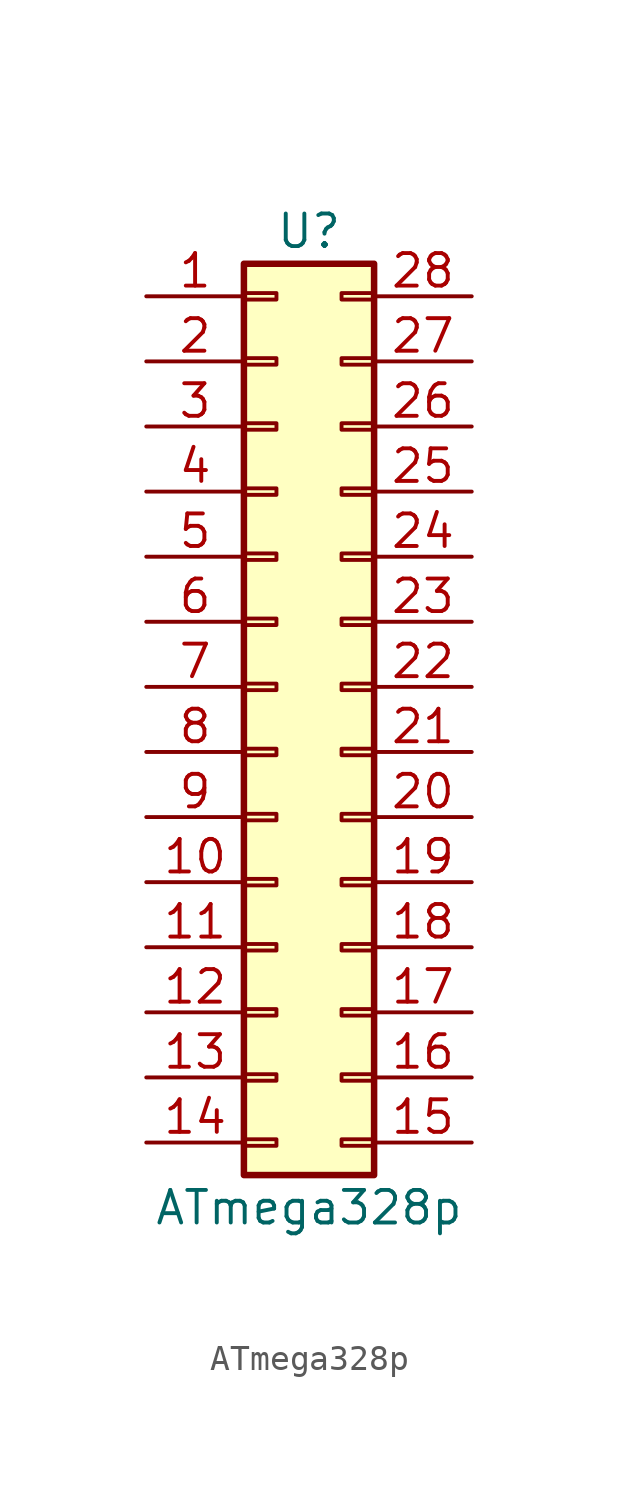
<source format=kicad_sym>
(kicad_symbol_lib
  (version 20220914)
  (generator kicad_symbol_editor)
  (symbol "ATmega328p"
    (pin_names
      (offset 1.016) hide)
    (property "Reference" "U"
      (at 1.27 17.78 0)
      (effects (font (size 1.27 1.27))))
    (property "Value" "ATmega328p"
      (at 1.27 -20.32 0)
      (effects (font (size 1.27 1.27))))
    (symbol "ATmega328p_1_1"
      (rectangle (start -1.27 -17.653) (end 0 -17.907) (stroke (width 0.152) (type default)) (fill (type none)))
      (rectangle (start -1.27 -15.113) (end 0 -15.367) (stroke (width 0.152) (type default)) (fill (type none)))
      (rectangle (start -1.27 -12.573) (end 0 -12.827) (stroke (width 0.152) (type default)) (fill (type none)))
      (rectangle (start -1.27 -10.033) (end 0 -10.287) (stroke (width 0.152) (type default)) (fill (type none)))
      (rectangle (start -1.27 -7.493) (end 0 -7.747) (stroke (width 0.152) (type default)) (fill (type none)))
      (rectangle (start -1.27 -4.953) (end 0 -5.207) (stroke (width 0.152) (type default)) (fill (type none)))
      (rectangle (start -1.27 -2.413) (end 0 -2.667) (stroke (width 0.152) (type default)) (fill (type none)))
      (rectangle (start -1.27 0.127) (end 0 -0.127) (stroke (width 0.152) (type default)) (fill (type none)))
      (rectangle (start -1.27 2.667) (end 0 2.413) (stroke (width 0.152) (type default)) (fill (type none)))
      (rectangle (start -1.27 5.207) (end 0 4.953) (stroke (width 0.152) (type default)) (fill (type none)))
      (rectangle (start -1.27 7.747) (end 0 7.493) (stroke (width 0.152) (type default)) (fill (type none)))
      (rectangle (start -1.27 10.287) (end 0 10.033) (stroke (width 0.152) (type default)) (fill (type none)))
      (rectangle (start -1.27 12.827) (end 0 12.573) (stroke (width 0.152) (type default)) (fill (type none)))
      (rectangle (start -1.27 15.367) (end 0 15.113) (stroke (width 0.152) (type default)) (fill (type none)))
      (rectangle (start -1.27 16.51) (end 3.81 -19.05) (stroke (width 0.254) (type default)) (fill (type background)))
      (rectangle (start 3.81 -17.653) (end 2.54 -17.907) (stroke (width 0.152) (type default)) (fill (type none)))
      (rectangle (start 3.81 -15.113) (end 2.54 -15.367) (stroke (width 0.152) (type default)) (fill (type none)))
      (rectangle (start 3.81 -12.573) (end 2.54 -12.827) (stroke (width 0.152) (type default)) (fill (type none)))
      (rectangle (start 3.81 -10.033) (end 2.54 -10.287) (stroke (width 0.152) (type default)) (fill (type none)))
      (rectangle (start 3.81 -7.493) (end 2.54 -7.747) (stroke (width 0.152) (type default)) (fill (type none)))
      (rectangle (start 3.81 -4.953) (end 2.54 -5.207) (stroke (width 0.152) (type default)) (fill (type none)))
      (rectangle (start 3.81 -2.413) (end 2.54 -2.667) (stroke (width 0.152) (type default)) (fill (type none)))
      (rectangle (start 3.81 0.127) (end 2.54 -0.127) (stroke (width 0.152) (type default)) (fill (type none)))
      (rectangle (start 3.81 2.667) (end 2.54 2.413) (stroke (width 0.152) (type default)) (fill (type none)))
      (rectangle (start 3.81 5.207) (end 2.54 4.953) (stroke (width 0.152) (type default)) (fill (type none)))
      (rectangle (start 3.81 7.747) (end 2.54 7.493) (stroke (width 0.152) (type default)) (fill (type none)))
      (rectangle (start 3.81 10.287) (end 2.54 10.033) (stroke (width 0.152) (type default)) (fill (type none)))
      (rectangle (start 3.81 12.827) (end 2.54 12.573) (stroke (width 0.152) (type default)) (fill (type none)))
      (rectangle (start 3.81 15.367) (end 2.54 15.113) (stroke (width 0.152) (type default)) (fill (type none)))
      (pin passive line (at -5.08 15.24 0) (length 3.81) (name "PC6" (effects (font (size 1.27 1.27)))) (number "1" (effects (font (size 1.27 1.27)))))
      (pin passive line (at -5.08 -7.62 0) (length 3.81) (name "PB7" (effects (font (size 1.27 1.27)))) (number "10" (effects (font (size 1.27 1.27)))))
      (pin passive line (at -5.08 -10.16 0) (length 3.81) (name "PD5" (effects (font (size 1.27 1.27)))) (number "11" (effects (font (size 1.27 1.27)))))
      (pin passive line (at -5.08 -12.7 0) (length 3.81) (name "PD6" (effects (font (size 1.27 1.27)))) (number "12" (effects (font (size 1.27 1.27)))))
      (pin passive line (at -5.08 -15.24 0) (length 3.81) (name "PD7" (effects (font (size 1.27 1.27)))) (number "13" (effects (font (size 1.27 1.27)))))
      (pin passive line (at -5.08 -17.78 0) (length 3.81) (name "PB0" (effects (font (size 1.27 1.27)))) (number "14" (effects (font (size 1.27 1.27)))))
      (pin passive line (at 7.62 -17.78 180) (length 3.81) (name "PB1" (effects (font (size 1.27 1.27)))) (number "15" (effects (font (size 1.27 1.27)))))
      (pin passive line (at 7.62 -15.24 180) (length 3.81) (name "PB2" (effects (font (size 1.27 1.27)))) (number "16" (effects (font (size 1.27 1.27)))))
      (pin passive line (at 7.62 -12.7 180) (length 3.81) (name "PB3" (effects (font (size 1.27 1.27)))) (number "17" (effects (font (size 1.27 1.27)))))
      (pin passive line (at 7.62 -10.16 180) (length 3.81) (name "PB4" (effects (font (size 1.27 1.27)))) (number "18" (effects (font (size 1.27 1.27)))))
      (pin passive line (at 7.62 -7.62 180) (length 3.81) (name "PB5" (effects (font (size 1.27 1.27)))) (number "19" (effects (font (size 1.27 1.27)))))
      (pin passive line (at -5.08 12.7 0) (length 3.81) (name "PD0" (effects (font (size 1.27 1.27)))) (number "2" (effects (font (size 1.27 1.27)))))
      (pin passive line (at 7.62 -5.08 180) (length 3.81) (name "AVCC" (effects (font (size 1.27 1.27)))) (number "20" (effects (font (size 1.27 1.27)))))
      (pin passive line (at 7.62 -2.54 180) (length 3.81) (name "AREF" (effects (font (size 1.27 1.27)))) (number "21" (effects (font (size 1.27 1.27)))))
      (pin passive line (at 7.62 0 180) (length 3.81) (name "GND" (effects (font (size 1.27 1.27)))) (number "22" (effects (font (size 1.27 1.27)))))
      (pin passive line (at 7.62 2.54 180) (length 3.81) (name "PC0" (effects (font (size 1.27 1.27)))) (number "23" (effects (font (size 1.27 1.27)))))
      (pin passive line (at 7.62 5.08 180) (length 3.81) (name "PC1" (effects (font (size 1.27 1.27)))) (number "24" (effects (font (size 1.27 1.27)))))
      (pin passive line (at 7.62 7.62 180) (length 3.81) (name "PC2" (effects (font (size 1.27 1.27)))) (number "25" (effects (font (size 1.27 1.27)))))
      (pin passive line (at 7.62 10.16 180) (length 3.81) (name "PC3" (effects (font (size 1.27 1.27)))) (number "26" (effects (font (size 1.27 1.27)))))
      (pin passive line (at 7.62 12.7 180) (length 3.81) (name "PC4" (effects (font (size 1.27 1.27)))) (number "27" (effects (font (size 1.27 1.27)))))
      (pin passive line (at 7.62 15.24 180) (length 3.81) (name "PC5" (effects (font (size 1.27 1.27)))) (number "28" (effects (font (size 1.27 1.27)))))
      (pin passive line (at -5.08 10.16 0) (length 3.81) (name "PD1" (effects (font (size 1.27 1.27)))) (number "3" (effects (font (size 1.27 1.27)))))
      (pin passive line (at -5.08 7.62 0) (length 3.81) (name "PD2" (effects (font (size 1.27 1.27)))) (number "4" (effects (font (size 1.27 1.27)))))
      (pin passive line (at -5.08 5.08 0) (length 3.81) (name "PD3" (effects (font (size 1.27 1.27)))) (number "5" (effects (font (size 1.27 1.27)))))
      (pin passive line (at -5.08 2.54 0) (length 3.81) (name "PD4" (effects (font (size 1.27 1.27)))) (number "6" (effects (font (size 1.27 1.27)))))
      (pin passive line (at -5.08 0 0) (length 3.81) (name "VCC" (effects (font (size 1.27 1.27)))) (number "7" (effects (font (size 1.27 1.27)))))
      (pin passive line (at -5.08 -2.54 0) (length 3.81) (name "GND" (effects (font (size 1.27 1.27)))) (number "8" (effects (font (size 1.27 1.27)))))
      (pin passive line (at -5.08 -5.08 0) (length 3.81) (name "PB6" (effects (font (size 1.27 1.27)))) (number "9" (effects (font (size 1.27 1.27))))))))
</source>
